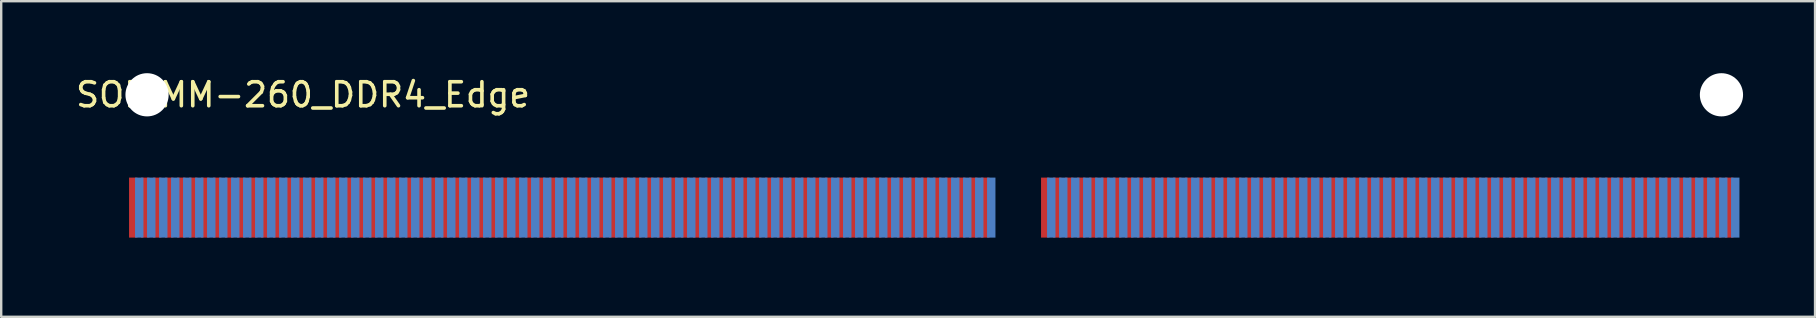
<source format=kicad_pcb>
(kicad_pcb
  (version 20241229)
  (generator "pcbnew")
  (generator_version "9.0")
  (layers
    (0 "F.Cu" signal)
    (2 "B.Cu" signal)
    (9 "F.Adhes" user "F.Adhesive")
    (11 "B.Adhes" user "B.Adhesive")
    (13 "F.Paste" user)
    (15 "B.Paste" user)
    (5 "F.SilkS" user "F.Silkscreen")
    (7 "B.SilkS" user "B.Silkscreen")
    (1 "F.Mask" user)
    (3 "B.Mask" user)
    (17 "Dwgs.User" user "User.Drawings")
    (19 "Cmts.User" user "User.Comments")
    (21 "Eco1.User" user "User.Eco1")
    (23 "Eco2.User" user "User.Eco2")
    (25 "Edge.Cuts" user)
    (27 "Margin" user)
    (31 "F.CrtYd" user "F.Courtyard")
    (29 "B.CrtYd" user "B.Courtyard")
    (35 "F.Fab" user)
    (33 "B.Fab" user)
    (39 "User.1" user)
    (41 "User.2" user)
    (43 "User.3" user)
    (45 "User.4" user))
  (footprint "SODIMM-260_DDR4_Edge"
    (layer "F.Cu")
    (at 1.077 6.9)
    (property "Reference" "SODIMM-260_DDR4_Edge" (at 8.5 -6 0) (layer "F.SilkS") (effects (font (size 1 1) (thickness 0.15))))
    (attr through_hole)
    (pad "" np_thru_hole circle (at 2 -6) (size 1.8 1.8) (drill 1.8) (layers "*.Cu" "*.Mask"))
    (pad "" np_thru_hole circle (at 67.6 -6) (size 1.8 1.8) (drill 1.8) (layers "*.Cu" "*.Mask"))
    (pad "1" smd rect (at 1.425 -1.3) (size 0.35 2.5) (layers "F.Cu" "F.Mask"))
    (pad "2" smd rect (at 1.675 -1.3) (size 0.35 2.5) (layers "B.Cu" "B.Mask"))
    (pad "3" smd rect (at 1.925 -1.3) (size 0.35 2.5) (layers "F.Cu" "F.Mask"))
    (pad "4" smd rect (at 2.175 -1.3) (size 0.35 2.5) (layers "B.Cu" "B.Mask"))
    (pad "5" smd rect (at 2.425 -1.3) (size 0.35 2.5) (layers "F.Cu" "F.Mask"))
    (pad "6" smd rect (at 2.675 -1.3) (size 0.35 2.5) (layers "B.Cu" "B.Mask"))
    (pad "7" smd rect (at 2.925 -1.3) (size 0.35 2.5) (layers "F.Cu" "F.Mask"))
    (pad "8" smd rect (at 3.175 -1.3) (size 0.35 2.5) (layers "B.Cu" "B.Mask"))
    (pad "9" smd rect (at 3.425 -1.3) (size 0.35 2.5) (layers "F.Cu" "F.Mask"))
    (pad "10" smd rect (at 3.675 -1.3) (size 0.35 2.5) (layers "B.Cu" "B.Mask"))
    (pad "11" smd rect (at 3.925 -1.3) (size 0.35 2.5) (layers "F.Cu" "F.Mask"))
    (pad "12" smd rect (at 4.175 -1.3) (size 0.35 2.5) (layers "B.Cu" "B.Mask"))
    (pad "13" smd rect (at 4.425 -1.3) (size 0.35 2.5) (layers "F.Cu" "F.Mask"))
    (pad "14" smd rect (at 4.675 -1.3) (size 0.35 2.5) (layers "B.Cu" "B.Mask"))
    (pad "15" smd rect (at 4.925 -1.3) (size 0.35 2.5) (layers "F.Cu" "F.Mask"))
    (pad "16" smd rect (at 5.175 -1.3) (size 0.35 2.5) (layers "B.Cu" "B.Mask"))
    (pad "17" smd rect (at 5.425 -1.3) (size 0.35 2.5) (layers "F.Cu" "F.Mask"))
    (pad "18" smd rect (at 5.675 -1.3) (size 0.35 2.5) (layers "B.Cu" "B.Mask"))
    (pad "19" smd rect (at 5.925 -1.3) (size 0.35 2.5) (layers "F.Cu" "F.Mask"))
    (pad "20" smd rect (at 6.175 -1.3) (size 0.35 2.5) (layers "B.Cu" "B.Mask"))
    (pad "21" smd rect (at 6.425 -1.3) (size 0.35 2.5) (layers "F.Cu" "F.Mask"))
    (pad "22" smd rect (at 6.675 -1.3) (size 0.35 2.5) (layers "B.Cu" "B.Mask"))
    (pad "23" smd rect (at 6.925 -1.3) (size 0.35 2.5) (layers "F.Cu" "F.Mask"))
    (pad "24" smd rect (at 7.175 -1.3) (size 0.35 2.5) (layers "B.Cu" "B.Mask"))
    (pad "25" smd rect (at 7.425 -1.3) (size 0.35 2.5) (layers "F.Cu" "F.Mask"))
    (pad "26" smd rect (at 7.675 -1.3) (size 0.35 2.5) (layers "B.Cu" "B.Mask"))
    (pad "27" smd rect (at 7.925 -1.3) (size 0.35 2.5) (layers "F.Cu" "F.Mask"))
    (pad "28" smd rect (at 8.175 -1.3) (size 0.35 2.5) (layers "B.Cu" "B.Mask"))
    (pad "29" smd rect (at 8.425 -1.3) (size 0.35 2.5) (layers "F.Cu" "F.Mask"))
    (pad "30" smd rect (at 8.675 -1.3) (size 0.35 2.5) (layers "B.Cu" "B.Mask"))
    (pad "31" smd rect (at 8.925 -1.3) (size 0.35 2.5) (layers "F.Cu" "F.Mask"))
    (pad "32" smd rect (at 9.175 -1.3) (size 0.35 2.5) (layers "B.Cu" "B.Mask"))
    (pad "33" smd rect (at 9.425 -1.3) (size 0.35 2.5) (layers "F.Cu" "F.Mask"))
    (pad "34" smd rect (at 9.675 -1.3) (size 0.35 2.5) (layers "B.Cu" "B.Mask"))
    (pad "35" smd rect (at 9.925 -1.3) (size 0.35 2.5) (layers "F.Cu" "F.Mask"))
    (pad "36" smd rect (at 10.175 -1.3) (size 0.35 2.5) (layers "B.Cu" "B.Mask"))
    (pad "37" smd rect (at 10.425 -1.3) (size 0.35 2.5) (layers "F.Cu" "F.Mask"))
    (pad "38" smd rect (at 10.675 -1.3) (size 0.35 2.5) (layers "B.Cu" "B.Mask"))
    (pad "39" smd rect (at 10.925 -1.3) (size 0.35 2.5) (layers "F.Cu" "F.Mask"))
    (pad "40" smd rect (at 11.175 -1.3) (size 0.35 2.5) (layers "B.Cu" "B.Mask"))
    (pad "41" smd rect (at 11.425 -1.3) (size 0.35 2.5) (layers "F.Cu" "F.Mask"))
    (pad "42" smd rect (at 11.675 -1.3) (size 0.35 2.5) (layers "B.Cu" "B.Mask"))
    (pad "43" smd rect (at 11.925 -1.3) (size 0.35 2.5) (layers "F.Cu" "F.Mask"))
    (pad "44" smd rect (at 12.175 -1.3) (size 0.35 2.5) (layers "B.Cu" "B.Mask"))
    (pad "45" smd rect (at 12.425 -1.3) (size 0.35 2.5) (layers "F.Cu" "F.Mask"))
    (pad "46" smd rect (at 12.675 -1.3) (size 0.35 2.5) (layers "B.Cu" "B.Mask"))
    (pad "47" smd rect (at 12.925 -1.3) (size 0.35 2.5) (layers "F.Cu" "F.Mask"))
    (pad "48" smd rect (at 13.175 -1.3) (size 0.35 2.5) (layers "B.Cu" "B.Mask"))
    (pad "49" smd rect (at 13.425 -1.3) (size 0.35 2.5) (layers "F.Cu" "F.Mask"))
    (pad "50" smd rect (at 13.675 -1.3) (size 0.35 2.5) (layers "B.Cu" "B.Mask"))
    (pad "51" smd rect (at 13.925 -1.3) (size 0.35 2.5) (layers "F.Cu" "F.Mask"))
    (pad "52" smd rect (at 14.175 -1.3) (size 0.35 2.5) (layers "B.Cu" "B.Mask"))
    (pad "53" smd rect (at 14.425 -1.3) (size 0.35 2.5) (layers "F.Cu" "F.Mask"))
    (pad "54" smd rect (at 14.675 -1.3) (size 0.35 2.5) (layers "B.Cu" "B.Mask"))
    (pad "55" smd rect (at 14.925 -1.3) (size 0.35 2.5) (layers "F.Cu" "F.Mask"))
    (pad "56" smd rect (at 15.175 -1.3) (size 0.35 2.5) (layers "B.Cu" "B.Mask"))
    (pad "57" smd rect (at 15.425 -1.3) (size 0.35 2.5) (layers "F.Cu" "F.Mask"))
    (pad "58" smd rect (at 15.675 -1.3) (size 0.35 2.5) (layers "B.Cu" "B.Mask"))
    (pad "59" smd rect (at 15.925 -1.3) (size 0.35 2.5) (layers "F.Cu" "F.Mask"))
    (pad "60" smd rect (at 16.175 -1.3) (size 0.35 2.5) (layers "B.Cu" "B.Mask"))
    (pad "61" smd rect (at 16.425 -1.3) (size 0.35 2.5) (layers "F.Cu" "F.Mask"))
    (pad "62" smd rect (at 16.675 -1.3) (size 0.35 2.5) (layers "B.Cu" "B.Mask"))
    (pad "63" smd rect (at 16.925 -1.3) (size 0.35 2.5) (layers "F.Cu" "F.Mask"))
    (pad "64" smd rect (at 17.175 -1.3) (size 0.35 2.5) (layers "B.Cu" "B.Mask"))
    (pad "65" smd rect (at 17.425 -1.3) (size 0.35 2.5) (layers "F.Cu" "F.Mask"))
    (pad "66" smd rect (at 17.675 -1.3) (size 0.35 2.5) (layers "B.Cu" "B.Mask"))
    (pad "67" smd rect (at 17.925 -1.3) (size 0.35 2.5) (layers "F.Cu" "F.Mask"))
    (pad "68" smd rect (at 18.175 -1.3) (size 0.35 2.5) (layers "B.Cu" "B.Mask"))
    (pad "69" smd rect (at 18.425 -1.3) (size 0.35 2.5) (layers "F.Cu" "F.Mask"))
    (pad "70" smd rect (at 18.675 -1.3) (size 0.35 2.5) (layers "B.Cu" "B.Mask"))
    (pad "71" smd rect (at 18.925 -1.3) (size 0.35 2.5) (layers "F.Cu" "F.Mask"))
    (pad "72" smd rect (at 19.175 -1.3) (size 0.35 2.5) (layers "B.Cu" "B.Mask"))
    (pad "73" smd rect (at 19.425 -1.3) (size 0.35 2.5) (layers "F.Cu" "F.Mask"))
    (pad "74" smd rect (at 19.675 -1.3) (size 0.35 2.5) (layers "B.Cu" "B.Mask"))
    (pad "75" smd rect (at 19.925 -1.3) (size 0.35 2.5) (layers "F.Cu" "F.Mask"))
    (pad "76" smd rect (at 20.175 -1.3) (size 0.35 2.5) (layers "B.Cu" "B.Mask"))
    (pad "77" smd rect (at 20.425 -1.3) (size 0.35 2.5) (layers "F.Cu" "F.Mask"))
    (pad "78" smd rect (at 20.675 -1.3) (size 0.35 2.5) (layers "B.Cu" "B.Mask"))
    (pad "79" smd rect (at 20.925 -1.3) (size 0.35 2.5) (layers "F.Cu" "F.Mask"))
    (pad "80" smd rect (at 21.175 -1.3) (size 0.35 2.5) (layers "B.Cu" "B.Mask"))
    (pad "81" smd rect (at 21.425 -1.3) (size 0.35 2.5) (layers "F.Cu" "F.Mask"))
    (pad "82" smd rect (at 21.675 -1.3) (size 0.35 2.5) (layers "B.Cu" "B.Mask"))
    (pad "83" smd rect (at 21.925 -1.3) (size 0.35 2.5) (layers "F.Cu" "F.Mask"))
    (pad "84" smd rect (at 22.175 -1.3) (size 0.35 2.5) (layers "B.Cu" "B.Mask"))
    (pad "85" smd rect (at 22.425 -1.3) (size 0.35 2.5) (layers "F.Cu" "F.Mask"))
    (pad "86" smd rect (at 22.675 -1.3) (size 0.35 2.5) (layers "B.Cu" "B.Mask"))
    (pad "87" smd rect (at 22.925 -1.3) (size 0.35 2.5) (layers "F.Cu" "F.Mask"))
    (pad "88" smd rect (at 23.175 -1.3) (size 0.35 2.5) (layers "B.Cu" "B.Mask"))
    (pad "89" smd rect (at 23.425 -1.3) (size 0.35 2.5) (layers "F.Cu" "F.Mask"))
    (pad "90" smd rect (at 23.675 -1.3) (size 0.35 2.5) (layers "B.Cu" "B.Mask"))
    (pad "91" smd rect (at 23.925 -1.3) (size 0.35 2.5) (layers "F.Cu" "F.Mask"))
    (pad "92" smd rect (at 24.175 -1.3) (size 0.35 2.5) (layers "B.Cu" "B.Mask"))
    (pad "93" smd rect (at 24.425 -1.3) (size 0.35 2.5) (layers "F.Cu" "F.Mask"))
    (pad "94" smd rect (at 24.675 -1.3) (size 0.35 2.5) (layers "B.Cu" "B.Mask"))
    (pad "95" smd rect (at 24.925 -1.3) (size 0.35 2.5) (layers "F.Cu" "F.Mask"))
    (pad "96" smd rect (at 25.175 -1.3) (size 0.35 2.5) (layers "B.Cu" "B.Mask"))
    (pad "97" smd rect (at 25.425 -1.3) (size 0.35 2.5) (layers "F.Cu" "F.Mask"))
    (pad "98" smd rect (at 25.675 -1.3) (size 0.35 2.5) (layers "B.Cu" "B.Mask"))
    (pad "99" smd rect (at 25.925 -1.3) (size 0.35 2.5) (layers "F.Cu" "F.Mask"))
    (pad "100" smd rect (at 26.175 -1.3) (size 0.35 2.5) (layers "B.Cu" "B.Mask"))
    (pad "101" smd rect (at 26.425 -1.3) (size 0.35 2.5) (layers "F.Cu" "F.Mask"))
    (pad "102" smd rect (at 26.675 -1.3) (size 0.35 2.5) (layers "B.Cu" "B.Mask"))
    (pad "103" smd rect (at 26.925 -1.3) (size 0.35 2.5) (layers "F.Cu" "F.Mask"))
    (pad "104" smd rect (at 27.175 -1.3) (size 0.35 2.5) (layers "B.Cu" "B.Mask"))
    (pad "105" smd rect (at 27.425 -1.3) (size 0.35 2.5) (layers "F.Cu" "F.Mask"))
    (pad "106" smd rect (at 27.675 -1.3) (size 0.35 2.5) (layers "B.Cu" "B.Mask"))
    (pad "107" smd rect (at 27.925 -1.3) (size 0.35 2.5) (layers "F.Cu" "F.Mask"))
    (pad "108" smd rect (at 28.175 -1.3) (size 0.35 2.5) (layers "B.Cu" "B.Mask"))
    (pad "109" smd rect (at 28.425 -1.3) (size 0.35 2.5) (layers "F.Cu" "F.Mask"))
    (pad "110" smd rect (at 28.675 -1.3) (size 0.35 2.5) (layers "B.Cu" "B.Mask"))
    (pad "111" smd rect (at 28.925 -1.3) (size 0.35 2.5) (layers "F.Cu" "F.Mask"))
    (pad "112" smd rect (at 29.175 -1.3) (size 0.35 2.5) (layers "B.Cu" "B.Mask"))
    (pad "113" smd rect (at 29.425 -1.3) (size 0.35 2.5) (layers "F.Cu" "F.Mask"))
    (pad "114" smd rect (at 29.675 -1.3) (size 0.35 2.5) (layers "B.Cu" "B.Mask"))
    (pad "115" smd rect (at 29.925 -1.3) (size 0.35 2.5) (layers "F.Cu" "F.Mask"))
    (pad "116" smd rect (at 30.175 -1.3) (size 0.35 2.5) (layers "B.Cu" "B.Mask"))
    (pad "117" smd rect (at 30.425 -1.3) (size 0.35 2.5) (layers "F.Cu" "F.Mask"))
    (pad "118" smd rect (at 30.675 -1.3) (size 0.35 2.5) (layers "B.Cu" "B.Mask"))
    (pad "119" smd rect (at 30.925 -1.3) (size 0.35 2.5) (layers "F.Cu" "F.Mask"))
    (pad "120" smd rect (at 31.175 -1.3) (size 0.35 2.5) (layers "B.Cu" "B.Mask"))
    (pad "121" smd rect (at 31.425 -1.3) (size 0.35 2.5) (layers "F.Cu" "F.Mask"))
    (pad "122" smd rect (at 31.675 -1.3) (size 0.35 2.5) (layers "B.Cu" "B.Mask"))
    (pad "123" smd rect (at 31.925 -1.3) (size 0.35 2.5) (layers "F.Cu" "F.Mask"))
    (pad "124" smd rect (at 32.175 -1.3) (size 0.35 2.5) (layers "B.Cu" "B.Mask"))
    (pad "125" smd rect (at 32.425 -1.3) (size 0.35 2.5) (layers "F.Cu" "F.Mask"))
    (pad "126" smd rect (at 32.675 -1.3) (size 0.35 2.5) (layers "B.Cu" "B.Mask"))
    (pad "127" smd rect (at 32.925 -1.3) (size 0.35 2.5) (layers "F.Cu" "F.Mask"))
    (pad "128" smd rect (at 33.175 -1.3) (size 0.35 2.5) (layers "B.Cu" "B.Mask"))
    (pad "129" smd rect (at 33.425 -1.3) (size 0.35 2.5) (layers "F.Cu" "F.Mask"))
    (pad "130" smd rect (at 33.675 -1.3) (size 0.35 2.5) (layers "B.Cu" "B.Mask"))
    (pad "131" smd rect (at 33.925 -1.3) (size 0.35 2.5) (layers "F.Cu" "F.Mask"))
    (pad "132" smd rect (at 34.175 -1.3) (size 0.35 2.5) (layers "B.Cu" "B.Mask"))
    (pad "133" smd rect (at 34.425 -1.3) (size 0.35 2.5) (layers "F.Cu" "F.Mask"))
    (pad "134" smd rect (at 34.675 -1.3) (size 0.35 2.5) (layers "B.Cu" "B.Mask"))
    (pad "135" smd rect (at 34.925 -1.3) (size 0.35 2.5) (layers "F.Cu" "F.Mask"))
    (pad "136" smd rect (at 35.175 -1.3) (size 0.35 2.5) (layers "B.Cu" "B.Mask"))
    (pad "137" smd rect (at 35.425 -1.3) (size 0.35 2.5) (layers "F.Cu" "F.Mask"))
    (pad "138" smd rect (at 35.675 -1.3) (size 0.35 2.5) (layers "B.Cu" "B.Mask"))
    (pad "139" smd rect (at 35.925 -1.3) (size 0.35 2.5) (layers "F.Cu" "F.Mask"))
    (pad "140" smd rect (at 36.175 -1.3) (size 0.35 2.5) (layers "B.Cu" "B.Mask"))
    (pad "141" smd rect (at 36.425 -1.3) (size 0.35 2.5) (layers "F.Cu" "F.Mask"))
    (pad "142" smd rect (at 36.675 -1.3) (size 0.35 2.5) (layers "B.Cu" "B.Mask"))
    (pad "143" smd rect (at 36.925 -1.3) (size 0.35 2.5) (layers "F.Cu" "F.Mask"))
    (pad "144" smd rect (at 37.175 -1.3) (size 0.35 2.5) (layers "B.Cu" "B.Mask"))
    (pad "145" smd rect (at 39.425 -1.3) (size 0.35 2.5) (layers "F.Cu" "F.Mask"))
    (pad "146" smd rect (at 39.675 -1.3) (size 0.35 2.5) (layers "B.Cu" "B.Mask"))
    (pad "147" smd rect (at 39.925 -1.3) (size 0.35 2.5) (layers "F.Cu" "F.Mask"))
    (pad "148" smd rect (at 40.175 -1.3) (size 0.35 2.5) (layers "B.Cu" "B.Mask"))
    (pad "149" smd rect (at 40.425 -1.3) (size 0.35 2.5) (layers "F.Cu" "F.Mask"))
    (pad "150" smd rect (at 40.675 -1.3) (size 0.35 2.5) (layers "B.Cu" "B.Mask"))
    (pad "151" smd rect (at 40.925 -1.3) (size 0.35 2.5) (layers "F.Cu" "F.Mask"))
    (pad "152" smd rect (at 41.175 -1.3) (size 0.35 2.5) (layers "B.Cu" "B.Mask"))
    (pad "153" smd rect (at 41.425 -1.3) (size 0.35 2.5) (layers "F.Cu" "F.Mask"))
    (pad "154" smd rect (at 41.675 -1.3) (size 0.35 2.5) (layers "B.Cu" "B.Mask"))
    (pad "155" smd rect (at 41.925 -1.3) (size 0.35 2.5) (layers "F.Cu" "F.Mask"))
    (pad "156" smd rect (at 42.175 -1.3) (size 0.35 2.5) (layers "B.Cu" "B.Mask"))
    (pad "157" smd rect (at 42.425 -1.3) (size 0.35 2.5) (layers "F.Cu" "F.Mask"))
    (pad "158" smd rect (at 42.675 -1.3) (size 0.35 2.5) (layers "B.Cu" "B.Mask"))
    (pad "159" smd rect (at 42.925 -1.3) (size 0.35 2.5) (layers "F.Cu" "F.Mask"))
    (pad "160" smd rect (at 43.175 -1.3) (size 0.35 2.5) (layers "B.Cu" "B.Mask"))
    (pad "161" smd rect (at 43.425 -1.3) (size 0.35 2.5) (layers "F.Cu" "F.Mask"))
    (pad "162" smd rect (at 43.675 -1.3) (size 0.35 2.5) (layers "B.Cu" "B.Mask"))
    (pad "163" smd rect (at 43.925 -1.3) (size 0.35 2.5) (layers "F.Cu" "F.Mask"))
    (pad "164" smd rect (at 44.175 -1.3) (size 0.35 2.5) (layers "B.Cu" "B.Mask"))
    (pad "165" smd rect (at 44.425 -1.3) (size 0.35 2.5) (layers "F.Cu" "F.Mask"))
    (pad "166" smd rect (at 44.675 -1.3) (size 0.35 2.5) (layers "B.Cu" "B.Mask"))
    (pad "167" smd rect (at 44.925 -1.3) (size 0.35 2.5) (layers "F.Cu" "F.Mask"))
    (pad "168" smd rect (at 45.175 -1.3) (size 0.35 2.5) (layers "B.Cu" "B.Mask"))
    (pad "169" smd rect (at 45.425 -1.3) (size 0.35 2.5) (layers "F.Cu" "F.Mask"))
    (pad "170" smd rect (at 45.675 -1.3) (size 0.35 2.5) (layers "B.Cu" "B.Mask"))
    (pad "171" smd rect (at 45.925 -1.3) (size 0.35 2.5) (layers "F.Cu" "F.Mask"))
    (pad "172" smd rect (at 46.175 -1.3) (size 0.35 2.5) (layers "B.Cu" "B.Mask"))
    (pad "173" smd rect (at 46.425 -1.3) (size 0.35 2.5) (layers "F.Cu" "F.Mask"))
    (pad "174" smd rect (at 46.675 -1.3) (size 0.35 2.5) (layers "B.Cu" "B.Mask"))
    (pad "175" smd rect (at 46.925 -1.3) (size 0.35 2.5) (layers "F.Cu" "F.Mask"))
    (pad "176" smd rect (at 47.175 -1.3) (size 0.35 2.5) (layers "B.Cu" "B.Mask"))
    (pad "177" smd rect (at 47.425 -1.3) (size 0.35 2.5) (layers "F.Cu" "F.Mask"))
    (pad "178" smd rect (at 47.675 -1.3) (size 0.35 2.5) (layers "B.Cu" "B.Mask"))
    (pad "179" smd rect (at 47.925 -1.3) (size 0.35 2.5) (layers "F.Cu" "F.Mask"))
    (pad "180" smd rect (at 48.175 -1.3) (size 0.35 2.5) (layers "B.Cu" "B.Mask"))
    (pad "181" smd rect (at 48.425 -1.3) (size 0.35 2.5) (layers "F.Cu" "F.Mask"))
    (pad "182" smd rect (at 48.675 -1.3) (size 0.35 2.5) (layers "B.Cu" "B.Mask"))
    (pad "183" smd rect (at 48.925 -1.3) (size 0.35 2.5) (layers "F.Cu" "F.Mask"))
    (pad "184" smd rect (at 49.175 -1.3) (size 0.35 2.5) (layers "B.Cu" "B.Mask"))
    (pad "185" smd rect (at 49.425 -1.3) (size 0.35 2.5) (layers "F.Cu" "F.Mask"))
    (pad "186" smd rect (at 49.675 -1.3) (size 0.35 2.5) (layers "B.Cu" "B.Mask"))
    (pad "187" smd rect (at 49.925 -1.3) (size 0.35 2.5) (layers "F.Cu" "F.Mask"))
    (pad "188" smd rect (at 50.175 -1.3) (size 0.35 2.5) (layers "B.Cu" "B.Mask"))
    (pad "189" smd rect (at 50.425 -1.3) (size 0.35 2.5) (layers "F.Cu" "F.Mask"))
    (pad "190" smd rect (at 50.675 -1.3) (size 0.35 2.5) (layers "B.Cu" "B.Mask"))
    (pad "191" smd rect (at 50.925 -1.3) (size 0.35 2.5) (layers "F.Cu" "F.Mask"))
    (pad "192" smd rect (at 51.175 -1.3) (size 0.35 2.5) (layers "B.Cu" "B.Mask"))
    (pad "193" smd rect (at 51.425 -1.3) (size 0.35 2.5) (layers "F.Cu" "F.Mask"))
    (pad "194" smd rect (at 51.675 -1.3) (size 0.35 2.5) (layers "B.Cu" "B.Mask"))
    (pad "195" smd rect (at 51.925 -1.3) (size 0.35 2.5) (layers "F.Cu" "F.Mask"))
    (pad "196" smd rect (at 52.175 -1.3) (size 0.35 2.5) (layers "B.Cu" "B.Mask"))
    (pad "197" smd rect (at 52.425 -1.3) (size 0.35 2.5) (layers "F.Cu" "F.Mask"))
    (pad "198" smd rect (at 52.675 -1.3) (size 0.35 2.5) (layers "B.Cu" "B.Mask"))
    (pad "199" smd rect (at 52.925 -1.3) (size 0.35 2.5) (layers "F.Cu" "F.Mask"))
    (pad "200" smd rect (at 53.175 -1.3) (size 0.35 2.5) (layers "B.Cu" "B.Mask"))
    (pad "201" smd rect (at 53.425 -1.3) (size 0.35 2.5) (layers "F.Cu" "F.Mask"))
    (pad "202" smd rect (at 53.675 -1.3) (size 0.35 2.5) (layers "B.Cu" "B.Mask"))
    (pad "203" smd rect (at 53.925 -1.3) (size 0.35 2.5) (layers "F.Cu" "F.Mask"))
    (pad "204" smd rect (at 54.175 -1.3) (size 0.35 2.5) (layers "B.Cu" "B.Mask"))
    (pad "205" smd rect (at 54.425 -1.3) (size 0.35 2.5) (layers "F.Cu" "F.Mask"))
    (pad "206" smd rect (at 54.675 -1.3) (size 0.35 2.5) (layers "B.Cu" "B.Mask"))
    (pad "207" smd rect (at 54.925 -1.3) (size 0.35 2.5) (layers "F.Cu" "F.Mask"))
    (pad "208" smd rect (at 55.175 -1.3) (size 0.35 2.5) (layers "B.Cu" "B.Mask"))
    (pad "209" smd rect (at 55.425 -1.3) (size 0.35 2.5) (layers "F.Cu" "F.Mask"))
    (pad "210" smd rect (at 55.675 -1.3) (size 0.35 2.5) (layers "B.Cu" "B.Mask"))
    (pad "211" smd rect (at 55.925 -1.3) (size 0.35 2.5) (layers "F.Cu" "F.Mask"))
    (pad "212" smd rect (at 56.175 -1.3) (size 0.35 2.5) (layers "B.Cu" "B.Mask"))
    (pad "213" smd rect (at 56.425 -1.3) (size 0.35 2.5) (layers "F.Cu" "F.Mask"))
    (pad "214" smd rect (at 56.675 -1.3) (size 0.35 2.5) (layers "B.Cu" "B.Mask"))
    (pad "215" smd rect (at 56.925 -1.3) (size 0.35 2.5) (layers "F.Cu" "F.Mask"))
    (pad "216" smd rect (at 57.175 -1.3) (size 0.35 2.5) (layers "B.Cu" "B.Mask"))
    (pad "217" smd rect (at 57.425 -1.3) (size 0.35 2.5) (layers "F.Cu" "F.Mask"))
    (pad "218" smd rect (at 57.675 -1.3) (size 0.35 2.5) (layers "B.Cu" "B.Mask"))
    (pad "219" smd rect (at 57.925 -1.3) (size 0.35 2.5) (layers "F.Cu" "F.Mask"))
    (pad "220" smd rect (at 58.175 -1.3) (size 0.35 2.5) (layers "B.Cu" "B.Mask"))
    (pad "221" smd rect (at 58.425 -1.3) (size 0.35 2.5) (layers "F.Cu" "F.Mask"))
    (pad "222" smd rect (at 58.675 -1.3) (size 0.35 2.5) (layers "B.Cu" "B.Mask"))
    (pad "223" smd rect (at 58.925 -1.3) (size 0.35 2.5) (layers "F.Cu" "F.Mask"))
    (pad "224" smd rect (at 59.175 -1.3) (size 0.35 2.5) (layers "B.Cu" "B.Mask"))
    (pad "225" smd rect (at 59.425 -1.3) (size 0.35 2.5) (layers "F.Cu" "F.Mask"))
    (pad "226" smd rect (at 59.675 -1.3) (size 0.35 2.5) (layers "B.Cu" "B.Mask"))
    (pad "227" smd rect (at 59.925 -1.3) (size 0.35 2.5) (layers "F.Cu" "F.Mask"))
    (pad "228" smd rect (at 60.175 -1.3) (size 0.35 2.5) (layers "B.Cu" "B.Mask"))
    (pad "229" smd rect (at 60.425 -1.3) (size 0.35 2.5) (layers "F.Cu" "F.Mask"))
    (pad "230" smd rect (at 60.675 -1.3) (size 0.35 2.5) (layers "B.Cu" "B.Mask"))
    (pad "231" smd rect (at 60.925 -1.3) (size 0.35 2.5) (layers "F.Cu" "F.Mask"))
    (pad "232" smd rect (at 61.175 -1.3) (size 0.35 2.5) (layers "B.Cu" "B.Mask"))
    (pad "233" smd rect (at 61.425 -1.3) (size 0.35 2.5) (layers "F.Cu" "F.Mask"))
    (pad "234" smd rect (at 61.675 -1.3) (size 0.35 2.5) (layers "B.Cu" "B.Mask"))
    (pad "235" smd rect (at 61.925 -1.3) (size 0.35 2.5) (layers "F.Cu" "F.Mask"))
    (pad "236" smd rect (at 62.175 -1.3) (size 0.35 2.5) (layers "B.Cu" "B.Mask"))
    (pad "237" smd rect (at 62.425 -1.3) (size 0.35 2.5) (layers "F.Cu" "F.Mask"))
    (pad "238" smd rect (at 62.675 -1.3) (size 0.35 2.5) (layers "B.Cu" "B.Mask"))
    (pad "239" smd rect (at 62.925 -1.3) (size 0.35 2.5) (layers "F.Cu" "F.Mask"))
    (pad "240" smd rect (at 63.175 -1.3) (size 0.35 2.5) (layers "B.Cu" "B.Mask"))
    (pad "241" smd rect (at 63.425 -1.3) (size 0.35 2.5) (layers "F.Cu" "F.Mask"))
    (pad "242" smd rect (at 63.675 -1.3) (size 0.35 2.5) (layers "B.Cu" "B.Mask"))
    (pad "243" smd rect (at 63.925 -1.3) (size 0.35 2.5) (layers "F.Cu" "F.Mask"))
    (pad "244" smd rect (at 64.175 -1.3) (size 0.35 2.5) (layers "B.Cu" "B.Mask"))
    (pad "245" smd rect (at 64.425 -1.3) (size 0.35 2.5) (layers "F.Cu" "F.Mask"))
    (pad "246" smd rect (at 64.675 -1.3) (size 0.35 2.5) (layers "B.Cu" "B.Mask"))
    (pad "247" smd rect (at 64.925 -1.3) (size 0.35 2.5) (layers "F.Cu" "F.Mask"))
    (pad "248" smd rect (at 65.175 -1.3) (size 0.35 2.5) (layers "B.Cu" "B.Mask"))
    (pad "249" smd rect (at 65.425 -1.3) (size 0.35 2.5) (layers "F.Cu" "F.Mask"))
    (pad "250" smd rect (at 65.675 -1.3) (size 0.35 2.5) (layers "B.Cu" "B.Mask"))
    (pad "251" smd rect (at 65.925 -1.3) (size 0.35 2.5) (layers "F.Cu" "F.Mask"))
    (pad "252" smd rect (at 66.175 -1.3) (size 0.35 2.5) (layers "B.Cu" "B.Mask"))
    (pad "253" smd rect (at 66.425 -1.3) (size 0.35 2.5) (layers "F.Cu" "F.Mask"))
    (pad "254" smd rect (at 66.675 -1.3) (size 0.35 2.5) (layers "B.Cu" "B.Mask"))
    (pad "255" smd rect (at 66.925 -1.3) (size 0.35 2.5) (layers "F.Cu" "F.Mask"))
    (pad "256" smd rect (at 67.175 -1.3) (size 0.35 2.5) (layers "B.Cu" "B.Mask"))
    (pad "257" smd rect (at 67.425 -1.3) (size 0.35 2.5) (layers "F.Cu" "F.Mask"))
    (pad "258" smd rect (at 67.675 -1.3) (size 0.35 2.5) (layers "B.Cu" "B.Mask"))
    (pad "259" smd rect (at 67.925 -1.3) (size 0.35 2.5) (layers "F.Cu" "F.Mask"))
    (pad "260" smd rect (at 68.175 -1.3) (size 0.35 2.5) (layers "B.Cu" "B.Mask")))
  (gr_rect
    (start -3 -3)
    (end 72.577 10.15)
    (stroke (width 0.1) (type default))
    (fill no)
    (layer "Edge.Cuts")))
</source>
